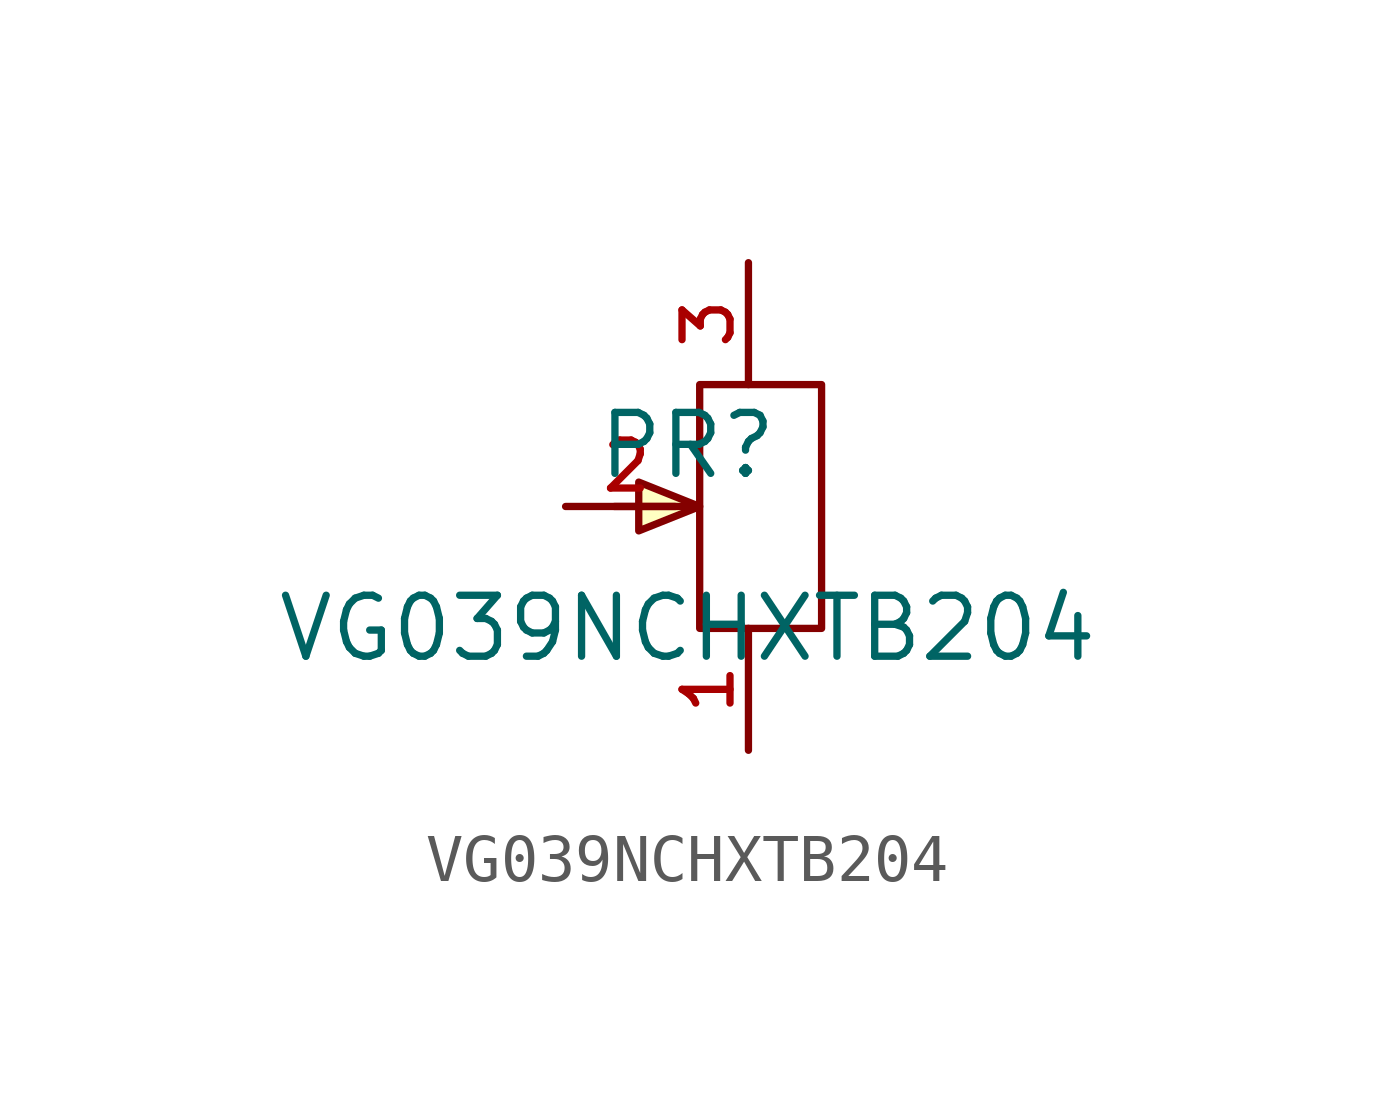
<source format=kicad_sym>
(kicad_symbol_lib
  (version 20210201)
  (generator TousstNicolas/JLC2KiCad_lib)
  (symbol "VG039NCHXTB204"
    (pin_names hide)
    (property "Reference" "PR"
      (at 0 1.27 0)
      (effects (font (size 1.27 1.27))))
    (property "Value" "VG039NCHXTB204"
      (at 0 -2.54 0)
      (effects (font (size 1.27 1.27))))
    (symbol "VG039NCHXTB204_0_1"
      (pin input line (at 1.27 -5.08 90) (length 2.54) (name "1" (effects (font (size 1 1)))) (number "1" (effects (font (size 1 1)))))
      (polyline (pts (xy 0.254 2.54) (xy 0.254 -2.54) (xy 2.794 -2.54) (xy 2.794 2.54) (xy 0.254 2.54)) (stroke (width 0) (type default) (color 0 0 0 0)) (fill (type none)))
      (pin input line (at -2.54 -0.0 0) (length 2.54) (name "2" (effects (font (size 1 1)))) (number "2" (effects (font (size 1 1)))))
      (pin input line (at 1.27 5.08 270) (length 2.54) (name "3" (effects (font (size 1 1)))) (number "3" (effects (font (size 1 1)))))
      (polyline (pts (xy -0.254 -0.0) (xy -1.524 -0.0)) (stroke (width 0) (type default) (color 0 0 0 0)) (fill (type none)))
      (polyline (pts (xy 0.254 -0.0) (xy -1.016 0.508) (xy -1.016 -0.508) (xy 0.254 -0.0)) (stroke (width 0) (type default) (color 0 0 0 0)) (fill (type background))))))
</source>
